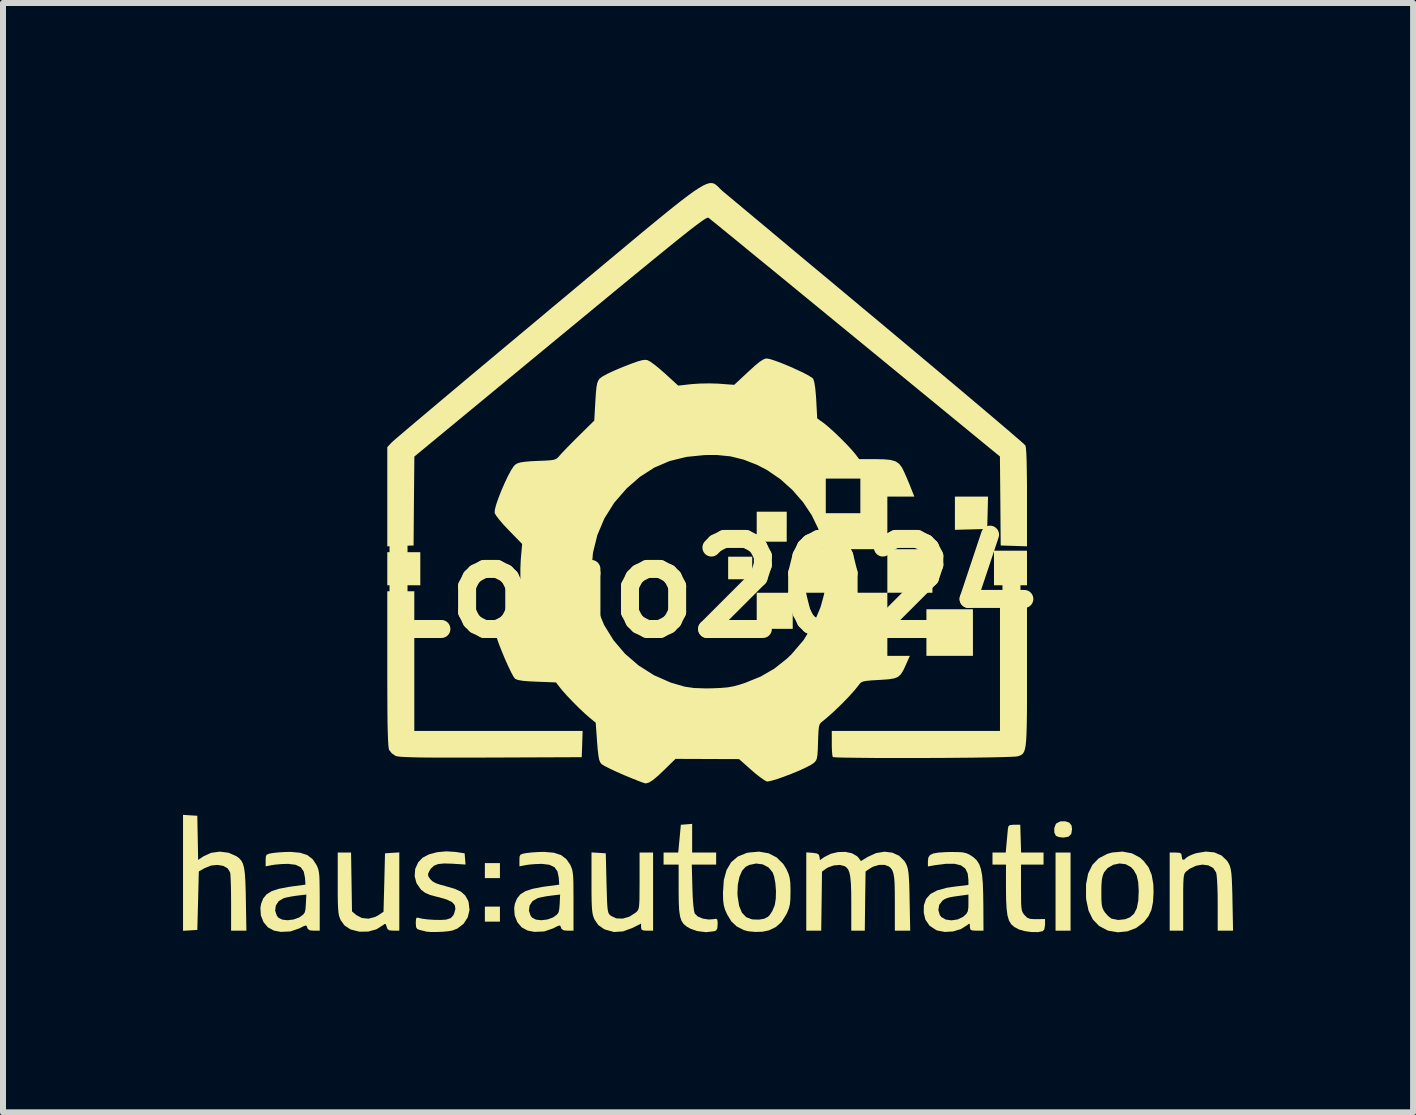
<source format=kicad_pcb>
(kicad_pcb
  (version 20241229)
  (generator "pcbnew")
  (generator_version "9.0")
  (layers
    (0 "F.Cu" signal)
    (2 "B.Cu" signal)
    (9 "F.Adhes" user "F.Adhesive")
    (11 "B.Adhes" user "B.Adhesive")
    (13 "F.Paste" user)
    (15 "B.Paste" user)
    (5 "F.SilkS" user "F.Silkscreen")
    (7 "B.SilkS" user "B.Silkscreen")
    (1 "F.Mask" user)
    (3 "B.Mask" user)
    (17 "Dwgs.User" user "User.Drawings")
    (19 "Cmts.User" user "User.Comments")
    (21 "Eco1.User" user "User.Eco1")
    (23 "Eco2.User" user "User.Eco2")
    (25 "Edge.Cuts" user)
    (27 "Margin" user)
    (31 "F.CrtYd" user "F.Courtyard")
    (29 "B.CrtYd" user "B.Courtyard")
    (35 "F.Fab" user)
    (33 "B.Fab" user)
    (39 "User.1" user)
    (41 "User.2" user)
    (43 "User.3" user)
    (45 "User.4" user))
  (footprint "Logo2024"
    (layer "F.Cu")
    (at 8.734 6.753)
    (property "Reference" "Logo2024" (at 0 0 0) (layer "F.SilkS") (effects (font (size 1.5 1.5) (thickness 0.3))))
    (attr board_only exclude_from_pos_files exclude_from_bom)
    (fp_poly (pts (xy -4.78 -0.325) (xy -4.78 -0.05) (xy -5.055 -0.05) (xy -5.33 -0.05) (xy -5.33 -0.325) (xy -5.33 -0.601) (xy -5.055 -0.601) (xy -4.78 -0.601)) (stroke (width 0) (type solid)) (fill yes) (layer "F.SilkS"))
    (fp_poly (pts (xy -3.453 4.705) (xy -3.453 4.83) (xy -3.579 4.83) (xy -3.704 4.83) (xy -3.704 4.705) (xy -3.704 4.58) (xy -3.579 4.58) (xy -3.453 4.58)) (stroke (width 0) (type solid)) (fill yes) (layer "F.SilkS"))
    (fp_poly (pts (xy -3.453 5.43) (xy -3.453 5.555) (xy -3.579 5.555) (xy -3.704 5.555) (xy -3.704 5.43) (xy -3.704 5.305) (xy -3.579 5.305) (xy -3.453 5.305)) (stroke (width 0) (type solid)) (fill yes) (layer "F.SilkS"))
    (fp_poly (pts (xy 0.751 -0.338) (xy 0.751 -0.15) (xy 0.551 -0.15) (xy 0.35 -0.15) (xy 0.35 -0.338) (xy 0.35 -0.526) (xy 0.551 -0.526) (xy 0.751 -0.526)) (stroke (width 0) (type solid)) (fill yes) (layer "F.SilkS"))
    (fp_poly (pts (xy 1.326 -1.026) (xy 1.326 -0.776) (xy 1.076 -0.776) (xy 0.826 -0.776) (xy 0.826 -1.026) (xy 0.826 -1.276) (xy 1.076 -1.276) (xy 1.326 -1.276)) (stroke (width 0) (type solid)) (fill yes) (layer "F.SilkS"))
    (fp_poly (pts (xy 1.426 0.375) (xy 1.426 0.676) (xy 1.126 0.676) (xy 0.826 0.676) (xy 0.826 0.375) (xy 0.826 0.075) (xy 1.126 0.075) (xy 1.426 0.075)) (stroke (width 0) (type solid)) (fill yes) (layer "F.SilkS"))
    (fp_poly (pts (xy 4.429 0.738) (xy 4.429 1.126) (xy 4.041 1.126) (xy 3.654 1.126) (xy 3.654 0.738) (xy 3.654 0.35) (xy 4.041 0.35) (xy 4.429 0.35)) (stroke (width 0) (type solid)) (fill yes) (layer "F.SilkS"))
    (fp_poly (pts (xy 4.674 -1.257) (xy 4.667 -0.988) (xy 4.398 -0.981) (xy 4.129 -0.974) (xy 4.129 -1.25) (xy 4.129 -1.527) (xy 4.405 -1.527) (xy 4.681 -1.527)) (stroke (width 0) (type solid)) (fill yes) (layer "F.SilkS"))
    (fp_poly (pts (xy 5.33 -0.338) (xy 5.33 -0.05) (xy 5.055 -0.05) (xy 4.78 -0.05) (xy 4.78 -0.338) (xy 4.78 -0.626) (xy 5.055 -0.626) (xy 5.33 -0.626)) (stroke (width 0) (type solid)) (fill yes) (layer "F.SilkS"))
    (fp_poly (pts (xy 6.056 5.055) (xy 6.056 5.706) (xy 5.931 5.706) (xy 5.806 5.706) (xy 5.806 5.055) (xy 5.806 4.404) (xy 5.931 4.404) (xy 6.056 4.404)) (stroke (width 0) (type solid)) (fill yes) (layer "F.SilkS"))
    (fp_poly (pts (xy 6.033 3.905) (xy 6.072 3.952) (xy 6.081 4.012) (xy 6.068 4.093) (xy 6.025 4.138) (xy 5.944 4.154) (xy 5.931 4.154) (xy 5.862 4.146) (xy 5.814 4.127) (xy 5.811 4.124) (xy 5.785 4.068) (xy 5.785 3.995) (xy 5.81 3.93) (xy 5.82 3.918) (xy 5.885 3.885) (xy 5.968 3.883)) (stroke (width 0) (type solid)) (fill yes) (layer "F.SilkS"))
    (fp_poly (pts (xy -4.88 1.214) (xy -4.88 2.377) (xy -3.477 2.377) (xy -2.075 2.377) (xy -2.082 2.596) (xy -2.09 2.815) (xy -3.604 2.821) (xy -3.93 2.822) (xy -4.211 2.822) (xy -4.448 2.822) (xy -4.645 2.821) (xy -4.806 2.819) (xy -4.934 2.816) (xy -5.033 2.812) (xy -5.106 2.808) (xy -5.156 2.802) (xy -5.187 2.795) (xy -5.193 2.793) (xy -5.257 2.749) (xy -5.3 2.693) (xy -5.307 2.663) (xy -5.313 2.607) (xy -5.318 2.521) (xy -5.322 2.402) (xy -5.326 2.248) (xy -5.328 2.055) (xy -5.329 1.82) (xy -5.33 1.54) (xy -5.33 1.338) (xy -5.33 0.05) (xy -5.105 0.05) (xy -4.88 0.05)) (stroke (width 0) (type solid)) (fill yes) (layer "F.SilkS"))
    (fp_poly (pts (xy -8.615 3.784) (xy -8.496 3.791) (xy -8.489 4.159) (xy -8.482 4.527) (xy -8.395 4.468) (xy -8.267 4.409) (xy -8.122 4.389) (xy -7.977 4.407) (xy -7.846 4.464) (xy -7.843 4.466) (xy -7.797 4.5) (xy -7.762 4.54) (xy -7.735 4.592) (xy -7.716 4.663) (xy -7.703 4.76) (xy -7.695 4.889) (xy -7.689 5.057) (xy -7.687 5.186) (xy -7.678 5.706) (xy -7.805 5.706) (xy -7.933 5.706) (xy -7.933 5.249) (xy -7.934 5.099) (xy -7.936 4.963) (xy -7.94 4.851) (xy -7.944 4.771) (xy -7.949 4.735) (xy -7.99 4.668) (xy -8.065 4.626) (xy -8.161 4.61) (xy -8.268 4.621) (xy -8.371 4.662) (xy -8.471 4.719) (xy -8.483 5.206) (xy -8.496 5.693) (xy -8.615 5.701) (xy -8.734 5.708) (xy -8.734 4.742) (xy -8.734 3.776)) (stroke (width 0) (type solid)) (fill yes) (layer "F.SilkS"))
    (fp_poly (pts (xy -5.13 5.054) (xy -5.13 5.706) (xy -5.227 5.706) (xy -5.293 5.701) (xy -5.326 5.68) (xy -5.341 5.64) (xy -5.356 5.596) (xy -5.377 5.595) (xy -5.401 5.614) (xy -5.513 5.684) (xy -5.649 5.721) (xy -5.794 5.723) (xy -5.933 5.688) (xy -5.948 5.682) (xy -6.044 5.618) (xy -6.105 5.533) (xy -6.122 5.495) (xy -6.135 5.454) (xy -6.144 5.402) (xy -6.15 5.331) (xy -6.154 5.235) (xy -6.156 5.104) (xy -6.156 4.931) (xy -6.156 4.918) (xy -6.156 4.404) (xy -6.045 4.404) (xy -5.934 4.404) (xy -5.926 4.895) (xy -5.918 5.385) (xy -5.848 5.445) (xy -5.754 5.495) (xy -5.644 5.506) (xy -5.531 5.477) (xy -5.478 5.448) (xy -5.393 5.391) (xy -5.38 4.904) (xy -5.368 4.417) (xy -5.249 4.409) (xy -5.13 4.402)) (stroke (width 0) (type solid)) (fill yes) (layer "F.SilkS"))
    (fp_poly (pts (xy 5.33 1.34) (xy 5.33 1.641) (xy 5.33 1.895) (xy 5.329 2.108) (xy 5.326 2.282) (xy 5.322 2.422) (xy 5.316 2.533) (xy 5.308 2.617) (xy 5.296 2.679) (xy 5.282 2.723) (xy 5.263 2.753) (xy 5.241 2.773) (xy 5.214 2.787) (xy 5.182 2.798) (xy 5.177 2.8) (xy 5.139 2.805) (xy 5.058 2.809) (xy 4.938 2.813) (xy 4.785 2.817) (xy 4.604 2.82) (xy 4.4 2.823) (xy 4.179 2.825) (xy 3.946 2.827) (xy 3.706 2.828) (xy 3.464 2.829) (xy 3.227 2.829) (xy 2.998 2.829) (xy 2.784 2.828) (xy 2.589 2.826) (xy 2.419 2.824) (xy 2.279 2.822) (xy 2.175 2.819) (xy 2.111 2.815) (xy 2.094 2.811) (xy 2.086 2.78) (xy 2.08 2.712) (xy 2.077 2.619) (xy 2.077 2.586) (xy 2.077 2.377) (xy 3.478 2.377) (xy 4.88 2.377) (xy 4.88 1.214) (xy 4.88 0.05) (xy 5.105 0.05) (xy 5.33 0.05)) (stroke (width 0) (type solid)) (fill yes) (layer "F.SilkS"))
    (fp_poly (pts (xy -0.25 4.165) (xy -0.25 4.404) (xy -0.05 4.404) (xy 0.15 4.404) (xy 0.15 4.504) (xy 0.15 4.605) (xy -0.053 4.605) (xy -0.256 4.605) (xy -0.246 4.986) (xy -0.24 5.153) (xy -0.23 5.285) (xy -0.218 5.377) (xy -0.205 5.423) (xy -0.154 5.471) (xy -0.072 5.505) (xy 0.024 5.52) (xy 0.097 5.515) (xy 0.147 5.508) (xy 0.169 5.521) (xy 0.175 5.567) (xy 0.175 5.599) (xy 0.17 5.667) (xy 0.15 5.702) (xy 0.119 5.715) (xy -0.019 5.731) (xy -0.165 5.713) (xy -0.276 5.674) (xy -0.342 5.637) (xy -0.392 5.595) (xy -0.428 5.541) (xy -0.451 5.469) (xy -0.466 5.369) (xy -0.473 5.236) (xy -0.475 5.062) (xy -0.475 5.024) (xy -0.475 4.605) (xy -0.601 4.605) (xy -0.726 4.605) (xy -0.726 4.504) (xy -0.726 4.404) (xy -0.604 4.404) (xy -0.482 4.404) (xy -0.46 4.173) (xy -0.438 3.941) (xy -0.344 3.934) (xy -0.25 3.926)) (stroke (width 0) (type solid)) (fill yes) (layer "F.SilkS"))
    (fp_poly (pts (xy -1.808 4.409) (xy -1.689 4.417) (xy -1.677 4.913) (xy -1.672 5.083) (xy -1.668 5.209) (xy -1.663 5.3) (xy -1.656 5.362) (xy -1.647 5.403) (xy -1.634 5.429) (xy -1.616 5.448) (xy -1.605 5.458) (xy -1.514 5.501) (xy -1.406 5.505) (xy -1.294 5.472) (xy -1.188 5.403) (xy -1.182 5.398) (xy -1.163 5.378) (xy -1.148 5.355) (xy -1.138 5.32) (xy -1.132 5.267) (xy -1.128 5.189) (xy -1.127 5.077) (xy -1.126 4.924) (xy -1.126 4.875) (xy -1.126 4.404) (xy -1.013 4.404) (xy -0.901 4.404) (xy -0.901 5.055) (xy -0.901 5.706) (xy -1.001 5.706) (xy -1.066 5.702) (xy -1.094 5.686) (xy -1.101 5.649) (xy -1.101 5.647) (xy -1.101 5.588) (xy -1.242 5.659) (xy -1.402 5.718) (xy -1.553 5.728) (xy -1.698 5.688) (xy -1.719 5.679) (xy -1.814 5.612) (xy -1.876 5.521) (xy -1.893 5.48) (xy -1.906 5.437) (xy -1.915 5.382) (xy -1.921 5.309) (xy -1.925 5.209) (xy -1.927 5.075) (xy -1.927 4.908) (xy -1.927 4.402)) (stroke (width 0) (type solid)) (fill yes) (layer "F.SilkS"))
    (fp_poly (pts (xy 8.451 4.401) (xy 8.572 4.453) (xy 8.664 4.541) (xy 8.697 4.595) (xy 8.713 4.636) (xy 8.726 4.686) (xy 8.736 4.752) (xy 8.743 4.842) (xy 8.748 4.965) (xy 8.753 5.127) (xy 8.754 5.199) (xy 8.764 5.706) (xy 8.636 5.706) (xy 8.508 5.706) (xy 8.508 5.259) (xy 8.507 5.107) (xy 8.503 4.969) (xy 8.497 4.854) (xy 8.489 4.772) (xy 8.482 4.737) (xy 8.433 4.662) (xy 8.353 4.618) (xy 8.255 4.605) (xy 8.147 4.624) (xy 8.04 4.675) (xy 7.989 4.714) (xy 7.969 4.733) (xy 7.955 4.756) (xy 7.945 4.79) (xy 7.939 4.842) (xy 7.935 4.921) (xy 7.933 5.032) (xy 7.933 5.184) (xy 7.933 5.235) (xy 7.933 5.706) (xy 7.82 5.706) (xy 7.708 5.706) (xy 7.708 5.055) (xy 7.708 4.404) (xy 7.808 4.404) (xy 7.872 4.408) (xy 7.901 4.424) (xy 7.908 4.461) (xy 7.908 4.467) (xy 7.918 4.519) (xy 7.947 4.524) (xy 7.983 4.492) (xy 8.024 4.464) (xy 8.095 4.433) (xy 8.151 4.414) (xy 8.309 4.388)) (stroke (width 0) (type solid)) (fill yes) (layer "F.SilkS"))
    (fp_poly (pts (xy 5.225 4.173) (xy 5.232 4.404) (xy 5.419 4.404) (xy 5.606 4.404) (xy 5.606 4.504) (xy 5.606 4.605) (xy 5.418 4.605) (xy 5.23 4.605) (xy 5.23 4.991) (xy 5.231 5.139) (xy 5.232 5.245) (xy 5.237 5.319) (xy 5.245 5.369) (xy 5.258 5.403) (xy 5.277 5.432) (xy 5.29 5.447) (xy 5.331 5.488) (xy 5.377 5.508) (xy 5.445 5.514) (xy 5.49 5.514) (xy 5.631 5.512) (xy 5.631 5.606) (xy 5.619 5.684) (xy 5.591 5.715) (xy 5.512 5.73) (xy 5.407 5.729) (xy 5.296 5.714) (xy 5.2 5.687) (xy 5.186 5.681) (xy 5.118 5.644) (xy 5.067 5.599) (xy 5.03 5.537) (xy 5.005 5.452) (xy 4.99 5.338) (xy 4.982 5.187) (xy 4.98 5.011) (xy 4.98 4.605) (xy 4.867 4.605) (xy 4.755 4.605) (xy 4.755 4.504) (xy 4.755 4.404) (xy 4.865 4.404) (xy 4.976 4.404) (xy 4.99 4.248) (xy 4.999 4.151) (xy 5.007 4.063) (xy 5.011 4.016) (xy 5.02 3.968) (xy 5.044 3.947) (xy 5.1 3.941) (xy 5.118 3.941) (xy 5.218 3.941)) (stroke (width 0) (type solid)) (fill yes) (layer "F.SilkS"))
    (fp_poly (pts (xy 7.078 4.417) (xy 7.214 4.489) (xy 7.271 4.541) (xy 7.355 4.649) (xy 7.408 4.776) (xy 7.435 4.931) (xy 7.439 5.064) (xy 7.43 5.229) (xy 7.404 5.358) (xy 7.356 5.463) (xy 7.282 5.558) (xy 7.275 5.566) (xy 7.151 5.66) (xy 7.003 5.717) (xy 6.844 5.733) (xy 6.684 5.706) (xy 6.669 5.7) (xy 6.532 5.628) (xy 6.427 5.519) (xy 6.356 5.373) (xy 6.317 5.189) (xy 6.314 5.149) (xy 6.314 5.067) (xy 6.569 5.067) (xy 6.57 5.186) (xy 6.575 5.267) (xy 6.587 5.323) (xy 6.607 5.368) (xy 6.628 5.401) (xy 6.68 5.46) (xy 6.731 5.501) (xy 6.741 5.506) (xy 6.851 5.528) (xy 6.967 5.515) (xy 7.048 5.482) (xy 7.115 5.422) (xy 7.16 5.331) (xy 7.185 5.205) (xy 7.192 5.042) (xy 7.183 4.894) (xy 7.157 4.783) (xy 7.109 4.697) (xy 7.063 4.647) (xy 6.974 4.598) (xy 6.87 4.586) (xy 6.765 4.609) (xy 6.673 4.663) (xy 6.614 4.734) (xy 6.592 4.789) (xy 6.577 4.86) (xy 6.57 4.959) (xy 6.569 5.067) (xy 6.314 5.067) (xy 6.314 4.934) (xy 6.349 4.754) (xy 6.42 4.609) (xy 6.526 4.5) (xy 6.666 4.427) (xy 6.75 4.403) (xy 6.922 4.388)) (stroke (width 0) (type solid)) (fill yes) (layer "F.SilkS"))
    (fp_poly (pts (xy 1.023 4.416) (xy 1.159 4.486) (xy 1.269 4.595) (xy 1.321 4.68) (xy 1.354 4.753) (xy 1.374 4.82) (xy 1.385 4.897) (xy 1.389 5.001) (xy 1.389 5.055) (xy 1.387 5.175) (xy 1.38 5.261) (xy 1.363 5.331) (xy 1.336 5.4) (xy 1.321 5.431) (xy 1.242 5.558) (xy 1.146 5.645) (xy 1.029 5.701) (xy 0.925 5.723) (xy 0.802 5.727) (xy 0.684 5.716) (xy 0.613 5.697) (xy 0.493 5.636) (xy 0.404 5.552) (xy 0.333 5.435) (xy 0.298 5.357) (xy 0.278 5.286) (xy 0.267 5.203) (xy 0.264 5.091) (xy 0.264 5.086) (xy 0.505 5.086) (xy 0.508 5.133) (xy 0.533 5.292) (xy 0.58 5.407) (xy 0.651 5.481) (xy 0.749 5.518) (xy 0.862 5.522) (xy 0.952 5.507) (xy 1.013 5.475) (xy 1.042 5.446) (xy 1.086 5.378) (xy 1.122 5.293) (xy 1.128 5.274) (xy 1.144 5.17) (xy 1.147 5.044) (xy 1.137 4.915) (xy 1.116 4.802) (xy 1.091 4.734) (xy 1.022 4.651) (xy 0.926 4.601) (xy 0.815 4.587) (xy 0.701 4.611) (xy 0.64 4.643) (xy 0.582 4.708) (xy 0.538 4.811) (xy 0.511 4.94) (xy 0.505 5.086) (xy 0.264 5.086) (xy 0.264 5.069) (xy 0.278 4.862) (xy 0.324 4.695) (xy 0.401 4.564) (xy 0.511 4.471) (xy 0.655 4.412) (xy 0.686 4.405) (xy 0.864 4.389)) (stroke (width 0) (type solid)) (fill yes) (layer "F.SilkS"))
    (fp_poly (pts (xy 3.086 4.406) (xy 3.2 4.458) (xy 3.289 4.547) (xy 3.315 4.592) (xy 3.332 4.632) (xy 3.345 4.679) (xy 3.355 4.741) (xy 3.362 4.825) (xy 3.368 4.938) (xy 3.372 5.089) (xy 3.374 5.199) (xy 3.384 5.706) (xy 3.256 5.706) (xy 3.128 5.706) (xy 3.128 5.241) (xy 3.127 5.062) (xy 3.124 4.925) (xy 3.117 4.825) (xy 3.104 4.752) (xy 3.086 4.701) (xy 3.061 4.664) (xy 3.03 4.637) (xy 2.958 4.609) (xy 2.865 4.61) (xy 2.769 4.638) (xy 2.725 4.662) (xy 2.64 4.719) (xy 2.633 5.212) (xy 2.627 5.706) (xy 2.514 5.706) (xy 2.402 5.706) (xy 2.402 5.259) (xy 2.401 5.07) (xy 2.396 4.924) (xy 2.386 4.816) (xy 2.371 4.738) (xy 2.349 4.684) (xy 2.318 4.648) (xy 2.29 4.63) (xy 2.208 4.61) (xy 2.109 4.619) (xy 2.013 4.653) (xy 1.978 4.675) (xy 1.914 4.722) (xy 1.908 5.214) (xy 1.901 5.706) (xy 1.776 5.706) (xy 1.652 5.706) (xy 1.652 5.054) (xy 1.652 4.401) (xy 1.758 4.409) (xy 1.827 4.419) (xy 1.861 4.439) (xy 1.872 4.474) (xy 1.88 4.53) (xy 1.951 4.48) (xy 2.059 4.425) (xy 2.181 4.396) (xy 2.303 4.393) (xy 2.413 4.416) (xy 2.498 4.465) (xy 2.52 4.488) (xy 2.563 4.546) (xy 2.677 4.476) (xy 2.816 4.413) (xy 2.955 4.39)) (stroke (width 0) (type solid)) (fill yes) (layer "F.SilkS"))
    (fp_poly (pts (xy -4.192 4.394) (xy -4.041 4.417) (xy -4.034 4.511) (xy -4.026 4.604) (xy -4.246 4.59) (xy -4.384 4.586) (xy -4.482 4.596) (xy -4.552 4.623) (xy -4.602 4.67) (xy -4.628 4.71) (xy -4.651 4.76) (xy -4.646 4.8) (xy -4.615 4.846) (xy -4.578 4.883) (xy -4.524 4.914) (xy -4.441 4.942) (xy -4.348 4.967) (xy -4.204 5.009) (xy -4.101 5.057) (xy -4.032 5.119) (xy -3.987 5.198) (xy -3.975 5.232) (xy -3.96 5.362) (xy -3.99 5.485) (xy -4.059 5.591) (xy -4.161 5.67) (xy -4.243 5.703) (xy -4.312 5.715) (xy -4.407 5.724) (xy -4.511 5.728) (xy -4.607 5.728) (xy -4.676 5.722) (xy -4.692 5.718) (xy -4.734 5.707) (xy -4.786 5.695) (xy -4.83 5.679) (xy -4.85 5.648) (xy -4.855 5.584) (xy -4.855 5.577) (xy -4.852 5.513) (xy -4.839 5.488) (xy -4.811 5.492) (xy -4.746 5.507) (xy -4.65 5.519) (xy -4.54 5.526) (xy -4.435 5.527) (xy -4.353 5.522) (xy -4.343 5.52) (xy -4.271 5.496) (xy -4.229 5.448) (xy -4.218 5.425) (xy -4.195 5.345) (xy -4.205 5.281) (xy -4.252 5.229) (xy -4.339 5.187) (xy -4.472 5.148) (xy -4.504 5.141) (xy -4.619 5.11) (xy -4.699 5.075) (xy -4.761 5.028) (xy -4.771 5.019) (xy -4.843 4.915) (xy -4.874 4.798) (xy -4.865 4.678) (xy -4.816 4.568) (xy -4.743 4.491) (xy -4.637 4.435) (xy -4.499 4.398) (xy -4.344 4.384)) (stroke (width 0) (type solid)) (fill yes) (layer "F.SilkS"))
    (fp_poly (pts (xy -6.784 4.407) (xy -6.663 4.446) (xy -6.573 4.516) (xy -6.513 4.605) (xy -6.493 4.646) (xy -6.479 4.687) (xy -6.469 4.737) (xy -6.462 4.803) (xy -6.459 4.894) (xy -6.457 5.018) (xy -6.456 5.182) (xy -6.456 5.21) (xy -6.456 5.706) (xy -6.554 5.706) (xy -6.622 5.7) (xy -6.655 5.677) (xy -6.664 5.655) (xy -6.674 5.627) (xy -6.692 5.62) (xy -6.73 5.634) (xy -6.796 5.668) (xy -6.945 5.719) (xy -7.107 5.726) (xy -7.221 5.704) (xy -7.319 5.651) (xy -7.393 5.563) (xy -7.437 5.452) (xy -7.442 5.372) (xy -7.199 5.372) (xy -7.171 5.456) (xy -7.143 5.491) (xy -7.081 5.522) (xy -6.992 5.532) (xy -6.894 5.52) (xy -6.803 5.488) (xy -6.779 5.473) (xy -6.732 5.438) (xy -6.705 5.401) (xy -6.693 5.347) (xy -6.687 5.26) (xy -6.679 5.104) (xy -6.824 5.121) (xy -6.922 5.135) (xy -7.015 5.154) (xy -7.057 5.165) (xy -7.139 5.213) (xy -7.187 5.286) (xy -7.199 5.372) (xy -7.442 5.372) (xy -7.445 5.328) (xy -7.433 5.258) (xy -7.398 5.169) (xy -7.341 5.1) (xy -7.256 5.047) (xy -7.136 5.008) (xy -6.975 4.977) (xy -6.919 4.969) (xy -6.694 4.939) (xy -6.701 4.828) (xy -6.722 4.721) (xy -6.772 4.649) (xy -6.857 4.608) (xy -6.98 4.593) (xy -6.988 4.593) (xy -7.093 4.596) (xy -7.196 4.605) (xy -7.251 4.613) (xy -7.357 4.634) (xy -7.357 4.533) (xy -7.355 4.472) (xy -7.34 4.44) (xy -7.299 4.423) (xy -7.238 4.412) (xy -7.149 4.402) (xy -7.036 4.395) (xy -6.943 4.393)) (stroke (width 0) (type solid)) (fill yes) (layer "F.SilkS"))
    (fp_poly (pts (xy -2.555 4.407) (xy -2.434 4.446) (xy -2.344 4.516) (xy -2.283 4.605) (xy -2.264 4.646) (xy -2.25 4.687) (xy -2.24 4.737) (xy -2.233 4.803) (xy -2.229 4.894) (xy -2.228 5.018) (xy -2.227 5.182) (xy -2.227 5.21) (xy -2.227 5.706) (xy -2.324 5.706) (xy -2.392 5.7) (xy -2.426 5.677) (xy -2.435 5.655) (xy -2.445 5.627) (xy -2.463 5.62) (xy -2.501 5.634) (xy -2.567 5.668) (xy -2.716 5.719) (xy -2.878 5.726) (xy -2.992 5.704) (xy -3.09 5.651) (xy -3.164 5.563) (xy -3.207 5.452) (xy -3.213 5.372) (xy -2.97 5.372) (xy -2.942 5.456) (xy -2.914 5.491) (xy -2.852 5.522) (xy -2.763 5.532) (xy -2.664 5.52) (xy -2.574 5.488) (xy -2.55 5.473) (xy -2.503 5.438) (xy -2.476 5.401) (xy -2.464 5.347) (xy -2.457 5.26) (xy -2.45 5.104) (xy -2.595 5.121) (xy -2.693 5.135) (xy -2.786 5.154) (xy -2.827 5.165) (xy -2.909 5.213) (xy -2.958 5.286) (xy -2.97 5.372) (xy -3.213 5.372) (xy -3.216 5.328) (xy -3.204 5.258) (xy -3.168 5.169) (xy -3.112 5.1) (xy -3.027 5.047) (xy -2.907 5.008) (xy -2.746 4.977) (xy -2.69 4.969) (xy -2.465 4.939) (xy -2.472 4.828) (xy -2.493 4.721) (xy -2.543 4.649) (xy -2.627 4.608) (xy -2.751 4.593) (xy -2.758 4.593) (xy -2.864 4.596) (xy -2.967 4.605) (xy -3.022 4.613) (xy -3.128 4.634) (xy -3.128 4.533) (xy -3.126 4.472) (xy -3.111 4.44) (xy -3.069 4.423) (xy -3.009 4.412) (xy -2.92 4.402) (xy -2.807 4.395) (xy -2.713 4.393)) (stroke (width 0) (type solid)) (fill yes) (layer "F.SilkS"))
    (fp_poly (pts (xy 4.174 4.396) (xy 4.258 4.401) (xy 4.319 4.415) (xy 4.37 4.438) (xy 4.377 4.442) (xy 4.443 4.486) (xy 4.494 4.536) (xy 4.534 4.598) (xy 4.562 4.678) (xy 4.582 4.783) (xy 4.594 4.919) (xy 4.6 5.093) (xy 4.603 5.299) (xy 4.605 5.706) (xy 4.492 5.706) (xy 4.423 5.703) (xy 4.39 5.691) (xy 4.38 5.66) (xy 4.379 5.639) (xy 4.376 5.594) (xy 4.36 5.592) (xy 4.335 5.613) (xy 4.228 5.68) (xy 4.097 5.719) (xy 3.96 5.727) (xy 3.834 5.703) (xy 3.816 5.695) (xy 3.706 5.623) (xy 3.637 5.522) (xy 3.61 5.41) (xy 3.61 5.362) (xy 3.853 5.362) (xy 3.877 5.445) (xy 3.904 5.48) (xy 3.977 5.521) (xy 4.072 5.534) (xy 4.174 5.519) (xy 4.263 5.477) (xy 4.277 5.466) (xy 4.321 5.424) (xy 4.344 5.381) (xy 4.353 5.319) (xy 4.354 5.253) (xy 4.354 5.104) (xy 4.248 5.119) (xy 4.129 5.135) (xy 4.047 5.149) (xy 3.993 5.165) (xy 3.953 5.183) (xy 3.919 5.208) (xy 3.867 5.277) (xy 3.853 5.362) (xy 3.61 5.362) (xy 3.612 5.28) (xy 3.649 5.176) (xy 3.722 5.094) (xy 3.836 5.034) (xy 3.994 4.991) (xy 4.121 4.972) (xy 4.354 4.944) (xy 4.354 4.863) (xy 4.342 4.753) (xy 4.302 4.671) (xy 4.231 4.618) (xy 4.126 4.592) (xy 3.984 4.591) (xy 3.8 4.614) (xy 3.772 4.619) (xy 3.679 4.636) (xy 3.679 4.545) (xy 3.686 4.488) (xy 3.712 4.448) (xy 3.764 4.421) (xy 3.849 4.405) (xy 3.973 4.397) (xy 4.054 4.395)) (stroke (width 0) (type solid)) (fill yes) (layer "F.SilkS"))
    (fp_poly (pts (xy 0.105 -6.747) (xy 0.133 -6.733) (xy 0.16 -6.712) (xy 0.187 -6.687) (xy 0.216 -6.657) (xy 0.25 -6.625) (xy 0.265 -6.612) (xy 0.306 -6.578) (xy 0.383 -6.514) (xy 0.493 -6.422) (xy 0.634 -6.304) (xy 0.803 -6.163) (xy 0.999 -6) (xy 1.217 -5.817) (xy 1.456 -5.617) (xy 1.714 -5.402) (xy 1.988 -5.174) (xy 2.274 -4.935) (xy 2.572 -4.686) (xy 2.858 -4.448) (xy 3.16 -4.195) (xy 3.452 -3.951) (xy 3.731 -3.717) (xy 3.995 -3.495) (xy 4.242 -3.288) (xy 4.468 -3.097) (xy 4.673 -2.924) (xy 4.853 -2.771) (xy 5.006 -2.641) (xy 5.13 -2.534) (xy 5.223 -2.454) (xy 5.281 -2.402) (xy 5.304 -2.379) (xy 5.304 -2.379) (xy 5.312 -2.339) (xy 5.319 -2.251) (xy 5.324 -2.119) (xy 5.327 -1.944) (xy 5.33 -1.73) (xy 5.33 -1.515) (xy 5.33 -0.699) (xy 5.111 -0.706) (xy 4.892 -0.713) (xy 4.886 -1.455) (xy 4.879 -2.196) (xy 2.472 -4.17) (xy 2.169 -4.418) (xy 1.877 -4.658) (xy 1.597 -4.887) (xy 1.333 -5.104) (xy 1.086 -5.306) (xy 0.858 -5.492) (xy 0.653 -5.66) (xy 0.473 -5.808) (xy 0.319 -5.933) (xy 0.195 -6.035) (xy 0.102 -6.11) (xy 0.044 -6.157) (xy 0.022 -6.175) (xy 0.012 -6.176) (xy -0.005 -6.17) (xy -0.033 -6.156) (xy -0.072 -6.13) (xy -0.125 -6.092) (xy -0.194 -6.041) (xy -0.28 -5.975) (xy -0.386 -5.891) (xy -0.513 -5.79) (xy -0.663 -5.668) (xy -0.839 -5.525) (xy -1.042 -5.359) (xy -1.274 -5.169) (xy -1.538 -4.952) (xy -1.834 -4.708) (xy -2.166 -4.434) (xy -2.45 -4.2) (xy -4.879 -2.195) (xy -4.886 -1.454) (xy -4.892 -0.713) (xy -5.111 -0.706) (xy -5.33 -0.699) (xy -5.33 -1.525) (xy -5.33 -2.352) (xy -5.261 -2.426) (xy -5.234 -2.451) (xy -5.171 -2.506) (xy -5.073 -2.589) (xy -4.944 -2.699) (xy -4.786 -2.832) (xy -4.601 -2.988) (xy -4.392 -3.164) (xy -4.16 -3.359) (xy -3.909 -3.57) (xy -3.639 -3.795) (xy -3.355 -4.033) (xy -3.057 -4.282) (xy -2.749 -4.539) (xy -2.642 -4.629) (xy -2.269 -4.94) (xy -1.933 -5.221) (xy -1.631 -5.473) (xy -1.362 -5.697) (xy -1.124 -5.896) (xy -0.914 -6.069) (xy -0.73 -6.22) (xy -0.571 -6.348) (xy -0.434 -6.456) (xy -0.317 -6.545) (xy -0.219 -6.616) (xy -0.136 -6.67) (xy -0.068 -6.71) (xy -0.012 -6.736) (xy 0.034 -6.75) (xy 0.072 -6.753)) (stroke (width 0) (type solid)) (fill yes) (layer "F.SilkS"))
    (fp_poly (pts (xy 1.048 -3.819) (xy 1.135 -3.791) (xy 1.244 -3.75) (xy 1.364 -3.701) (xy 1.484 -3.647) (xy 1.596 -3.595) (xy 1.687 -3.547) (xy 1.748 -3.508) (xy 1.767 -3.491) (xy 1.785 -3.437) (xy 1.801 -3.338) (xy 1.814 -3.2) (xy 1.818 -3.134) (xy 1.834 -2.831) (xy 1.94 -2.755) (xy 2.013 -2.696) (xy 2.109 -2.61) (xy 2.214 -2.51) (xy 2.317 -2.406) (xy 2.406 -2.311) (xy 2.47 -2.235) (xy 2.471 -2.234) (xy 2.533 -2.152) (xy 2.794 -2.152) (xy 2.947 -2.149) (xy 3.06 -2.138) (xy 3.141 -2.114) (xy 3.2 -2.074) (xy 3.246 -2.013) (xy 3.284 -1.936) (xy 3.33 -1.831) (xy 3.377 -1.719) (xy 3.401 -1.658) (xy 3.453 -1.527) (xy 3.228 -1.527) (xy 3.003 -1.527) (xy 3.003 -1.089) (xy 3.003 -0.651) (xy 2.64 -0.651) (xy 2.277 -0.651) (xy 2.277 -0.288) (xy 2.277 0.075) (xy 2.64 0.075) (xy 3.003 0.075) (xy 3.003 -0.288) (xy 3.003 -0.651) (xy 3.378 -0.651) (xy 3.754 -0.651) (xy 3.754 -0.288) (xy 3.754 0.075) (xy 3.378 0.075) (xy 3.003 0.075) (xy 3.003 0.601) (xy 3.003 1.126) (xy 3.19 1.126) (xy 3.378 1.126) (xy 3.314 1.27) (xy 3.27 1.366) (xy 3.229 1.432) (xy 3.182 1.476) (xy 3.117 1.502) (xy 3.024 1.517) (xy 2.894 1.526) (xy 2.865 1.528) (xy 2.739 1.535) (xy 2.654 1.543) (xy 2.599 1.554) (xy 2.565 1.569) (xy 2.542 1.592) (xy 2.534 1.603) (xy 2.46 1.696) (xy 2.358 1.81) (xy 2.239 1.932) (xy 2.113 2.053) (xy 1.991 2.161) (xy 1.923 2.217) (xy 1.894 2.241) (xy 1.875 2.268) (xy 1.863 2.309) (xy 1.856 2.372) (xy 1.851 2.468) (xy 1.848 2.563) (xy 1.844 2.689) (xy 1.838 2.775) (xy 1.829 2.832) (xy 1.815 2.869) (xy 1.793 2.896) (xy 1.774 2.914) (xy 1.72 2.949) (xy 1.633 2.993) (xy 1.524 3.043) (xy 1.403 3.093) (xy 1.281 3.139) (xy 1.168 3.179) (xy 1.074 3.207) (xy 1.01 3.22) (xy 0.993 3.219) (xy 0.951 3.197) (xy 0.882 3.148) (xy 0.798 3.082) (xy 0.734 3.026) (xy 0.532 2.847) (xy 0.002 2.845) (xy -0.527 2.843) (xy -0.708 3.02) (xy -0.818 3.125) (xy -0.902 3.195) (xy -0.966 3.236) (xy -1.016 3.251) (xy -1.031 3.251) (xy -1.065 3.241) (xy -1.135 3.215) (xy -1.233 3.176) (xy -1.349 3.128) (xy -1.389 3.112) (xy -1.511 3.058) (xy -1.619 3.007) (xy -1.704 2.964) (xy -1.755 2.933) (xy -1.762 2.927) (xy -1.783 2.899) (xy -1.8 2.854) (xy -1.812 2.786) (xy -1.824 2.684) (xy -1.834 2.56) (xy -1.857 2.24) (xy -1.948 2.166) (xy -2.031 2.094) (xy -2.132 1.999) (xy -2.238 1.893) (xy -2.338 1.788) (xy -2.418 1.698) (xy -2.443 1.667) (xy -2.519 1.569) (xy -2.837 1.557) (xy -2.982 1.55) (xy -3.085 1.54) (xy -3.153 1.528) (xy -3.195 1.511) (xy -3.204 1.504) (xy -3.231 1.466) (xy -3.271 1.391) (xy -3.319 1.291) (xy -3.371 1.174) (xy -3.421 1.053) (xy -3.467 0.937) (xy -3.502 0.837) (xy -3.524 0.764) (xy -3.528 0.736) (xy -3.511 0.685) (xy -3.46 0.607) (xy -3.382 0.51) (xy -3.372 0.499) (xy -3.269 0.382) (xy -3.195 0.296) (xy -3.144 0.231) (xy -3.113 0.18) (xy -3.097 0.134) (xy -3.094 0.085) (xy -3.098 0.025) (xy -3.105 -0.05) (xy -3.112 -0.179) (xy -3.112 -0.284) (xy -1.928 -0.284) (xy -1.905 0.03) (xy -1.903 0.043) (xy -1.832 0.337) (xy -1.717 0.612) (xy -1.561 0.865) (xy -1.369 1.091) (xy -1.143 1.286) (xy -0.888 1.448) (xy -0.607 1.572) (xy -0.373 1.64) (xy -0.221 1.662) (xy -0.024 1.669) (xy 0.088 1.667) (xy 0.232 1.661) (xy 0.344 1.651) (xy 0.443 1.633) (xy 0.546 1.605) (xy 0.626 1.579) (xy 0.889 1.473) (xy 1.119 1.34) (xy 1.329 1.173) (xy 1.403 1.103) (xy 1.607 0.864) (xy 1.77 0.6) (xy 1.89 0.314) (xy 1.937 0.144) (xy 1.953 0.075) (xy 1.74 0.075) (xy 1.527 0.075) (xy 1.527 -0.3) (xy 1.527 -0.676) (xy 1.729 -0.676) (xy 1.932 -0.676) (xy 1.915 -0.77) (xy 1.851 -0.994) (xy 1.742 -1.219) (xy 1.597 -1.436) (xy 1.42 -1.639) (xy 1.218 -1.82) (xy 1.207 -1.827) (xy 1.977 -1.827) (xy 1.977 -1.539) (xy 1.977 -1.251) (xy 2.265 -1.251) (xy 2.553 -1.251) (xy 2.553 -1.539) (xy 2.553 -1.827) (xy 2.265 -1.827) (xy 1.977 -1.827) (xy 1.207 -1.827) (xy 0.997 -1.971) (xy 0.833 -2.056) (xy 0.608 -2.144) (xy 0.39 -2.198) (xy 0.159 -2.221) (xy -0.038 -2.22) (xy -0.346 -2.189) (xy -0.625 -2.12) (xy -0.882 -2.01) (xy -1.121 -1.856) (xy -1.341 -1.664) (xy -1.548 -1.426) (xy -1.712 -1.165) (xy -1.83 -0.885) (xy -1.903 -0.59) (xy -1.928 -0.284) (xy -3.112 -0.284) (xy -3.112 -0.33) (xy -3.106 -0.473) (xy -3.104 -0.5) (xy -3.083 -0.738) (xy -3.304 -0.965) (xy -3.39 -1.056) (xy -3.463 -1.141) (xy -3.516 -1.21) (xy -3.541 -1.254) (xy -3.541 -1.255) (xy -3.538 -1.308) (xy -3.516 -1.394) (xy -3.478 -1.503) (xy -3.43 -1.626) (xy -3.376 -1.75) (xy -3.321 -1.867) (xy -3.268 -1.965) (xy -3.223 -2.034) (xy -3.199 -2.059) (xy -3.161 -2.082) (xy -3.111 -2.097) (xy -3.038 -2.108) (xy -2.933 -2.117) (xy -2.827 -2.122) (xy -2.699 -2.127) (xy -2.611 -2.133) (xy -2.553 -2.142) (xy -2.515 -2.156) (xy -2.487 -2.178) (xy -2.459 -2.21) (xy -2.457 -2.212) (xy -2.416 -2.258) (xy -2.347 -2.33) (xy -2.26 -2.419) (xy -2.163 -2.516) (xy -2.137 -2.542) (xy -1.881 -2.794) (xy -1.863 -3.114) (xy -1.854 -3.251) (xy -1.845 -3.347) (xy -1.833 -3.413) (xy -1.817 -3.457) (xy -1.795 -3.49) (xy -1.792 -3.494) (xy -1.746 -3.528) (xy -1.662 -3.574) (xy -1.546 -3.628) (xy -1.407 -3.687) (xy -1.403 -3.688) (xy -1.262 -3.743) (xy -1.159 -3.78) (xy -1.086 -3.8) (xy -1.034 -3.807) (xy -0.996 -3.802) (xy -0.95 -3.778) (xy -0.877 -3.726) (xy -0.79 -3.655) (xy -0.703 -3.579) (xy -0.482 -3.377) (xy -0.26 -3.402) (xy -0.125 -3.411) (xy 0.03 -3.414) (xy 0.178 -3.41) (xy 0.207 -3.408) (xy 0.451 -3.39) (xy 0.686 -3.609) (xy 0.794 -3.707) (xy 0.874 -3.773) (xy 0.933 -3.811) (xy 0.977 -3.828) (xy 0.993 -3.829)) (stroke (width 0) (type solid)) (fill yes) (layer "F.SilkS")))
  (gr_rect
    (start -3 -3)
    (end 20.498 15.486)
    (stroke (width 0.1) (type default))
    (fill no)
    (layer "Edge.Cuts")))
</source>
